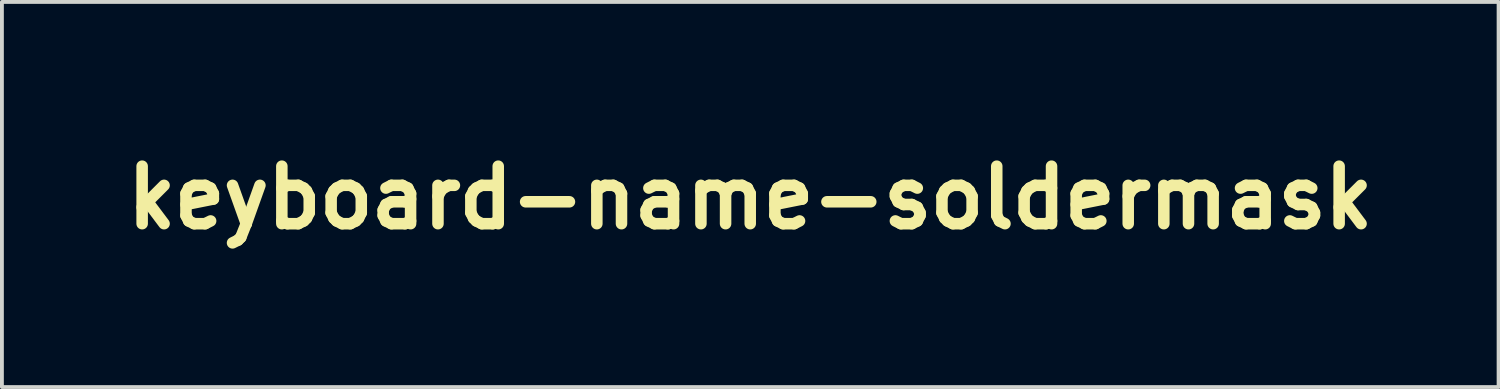
<source format=kicad_pcb>
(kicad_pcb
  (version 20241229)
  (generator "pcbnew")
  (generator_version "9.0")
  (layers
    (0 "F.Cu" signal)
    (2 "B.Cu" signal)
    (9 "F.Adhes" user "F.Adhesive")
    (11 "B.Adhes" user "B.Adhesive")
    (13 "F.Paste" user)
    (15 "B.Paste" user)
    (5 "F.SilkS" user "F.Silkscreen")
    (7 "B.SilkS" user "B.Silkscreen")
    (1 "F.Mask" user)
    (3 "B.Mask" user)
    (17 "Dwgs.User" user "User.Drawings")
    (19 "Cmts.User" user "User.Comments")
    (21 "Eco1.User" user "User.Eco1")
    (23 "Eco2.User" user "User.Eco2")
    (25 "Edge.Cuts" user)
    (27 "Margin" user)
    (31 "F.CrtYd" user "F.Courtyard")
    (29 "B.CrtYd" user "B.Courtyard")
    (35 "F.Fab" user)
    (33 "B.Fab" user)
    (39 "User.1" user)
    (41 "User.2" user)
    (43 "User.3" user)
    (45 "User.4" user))
  (footprint "keyboard-name-soldermask"
    (layer "F.Cu")
    (at 16.514 2.105)
    (property "Reference" "keyboard-name-soldermask" (at 0 0 0) (layer "F.SilkS") (effects (font (size 1.5 1.5) (thickness 0.3))))
    (attr board_only exclude_from_pos_files exclude_from_bom)
    (fp_poly (pts (xy 1.644 -1.51) (xy 1.872 -1.489) (xy 1.996 -1.445) (xy 2.038 -1.371) (xy 2.02 -1.26) (xy 1.981 -1.15) (xy 1.938 -1.097) (xy 1.84 -1.06) (xy 1.663 -1.036) (xy 1.38 -1.022) (xy 0.967 -1.017) (xy 0.676 -1.016) (xy -0.578 -1.016) (xy -0.516 -1.249) (xy -0.454 -1.482) (xy 0.789 -1.505) (xy 1.29 -1.513)) (stroke (width 0) (type solid)) (fill yes) (layer "F.Mask"))
    (fp_poly (pts (xy 13.8 -0.255) (xy 14.194 -0.244) (xy 14.508 -0.225) (xy 14.711 -0.198) (xy 14.772 -0.173) (xy 14.791 -0.037) (xy 14.768 0.123) (xy 14.714 0.339) (xy 13.02 0.339) (xy 11.326 0.339) (xy 11.377 0.148) (xy 11.418 -0.049) (xy 11.429 -0.148) (xy 11.509 -0.182) (xy 11.727 -0.21) (xy 12.052 -0.232) (xy 12.453 -0.247) (xy 12.898 -0.257) (xy 13.358 -0.259)) (stroke (width 0) (type solid)) (fill yes) (layer "F.Mask"))
    (fp_poly (pts (xy 1.134 -0.675) (xy 1.604 -0.659) (xy 1.928 -0.62) (xy 2.119 -0.548) (xy 2.187 -0.431) (xy 2.145 -0.26) (xy 2.006 -0.024) (xy 1.779 0.289) (xy 1.705 0.388) (xy 1.18 0.944) (xy 0.531 1.388) (xy 0.005 1.631) (xy -0.362 1.769) (xy -0.605 1.839) (xy -0.752 1.843) (xy -0.834 1.783) (xy -0.878 1.672) (xy -0.919 1.5) (xy -0.93 1.425) (xy -0.857 1.37) (xy -0.668 1.289) (xy -0.487 1.225) (xy 0.153 0.96) (xy 0.695 0.597) (xy 1.012 0.303) (xy 1.39 -0.085) (xy 0.145 -0.085) (xy -0.338 -0.086) (xy -0.678 -0.092) (xy -0.898 -0.106) (xy -1.025 -0.132) (xy -1.084 -0.172) (xy -1.1 -0.23) (xy -1.101 -0.247) (xy -1.097 -0.396) (xy -1.071 -0.507) (xy -0.999 -0.583) (xy -0.861 -0.633) (xy -0.632 -0.661) (xy -0.291 -0.674) (xy 0.184 -0.677) (xy 0.507 -0.677)) (stroke (width 0) (type solid)) (fill yes) (layer "F.Mask"))
    (fp_poly (pts (xy -6.323 -1.617) (xy -6.138 -1.431) (xy -6.435 -1.185) (xy -6.681 -0.997) (xy -6.985 -0.782) (xy -7.161 -0.667) (xy -7.591 -0.393) (xy -7.868 0.735) (xy -8.145 1.863) (xy -8.433 1.863) (xy -8.625 1.839) (xy -8.719 1.781) (xy -8.721 1.771) (xy -8.701 1.657) (xy -8.65 1.425) (xy -8.579 1.119) (xy -8.497 0.784) (xy -8.417 0.467) (xy -8.348 0.212) (xy -8.33 0.149) (xy -8.338 0.092) (xy -8.428 0.097) (xy -8.621 0.169) (xy -8.938 0.316) (xy -8.986 0.339) (xy -9.305 0.488) (xy -9.573 0.604) (xy -9.747 0.669) (xy -9.787 0.677) (xy -9.877 0.605) (xy -9.945 0.441) (xy -9.969 0.261) (xy -9.946 0.165) (xy -9.83 0.087) (xy -9.808 0.085) (xy -9.668 0.043) (xy -9.414 -0.07) (xy -9.076 -0.238) (xy -8.685 -0.445) (xy -8.272 -0.674) (xy -7.867 -0.909) (xy -7.5 -1.133) (xy -7.254 -1.294) (xy -6.508 -1.804)) (stroke (width 0) (type solid)) (fill yes) (layer "F.Mask"))
    (fp_poly (pts (xy 6.377 -1.617) (xy 6.562 -1.431) (xy 6.265 -1.185) (xy 6.019 -0.997) (xy 5.715 -0.782) (xy 5.539 -0.667) (xy 5.109 -0.393) (xy 4.832 0.735) (xy 4.555 1.863) (xy 4.267 1.863) (xy 4.075 1.839) (xy 3.981 1.781) (xy 3.979 1.771) (xy 3.999 1.657) (xy 4.05 1.425) (xy 4.121 1.119) (xy 4.203 0.784) (xy 4.283 0.467) (xy 4.352 0.212) (xy 4.37 0.149) (xy 4.362 0.092) (xy 4.272 0.097) (xy 4.079 0.169) (xy 3.762 0.316) (xy 3.714 0.339) (xy 3.395 0.488) (xy 3.127 0.604) (xy 2.953 0.669) (xy 2.913 0.677) (xy 2.823 0.605) (xy 2.755 0.441) (xy 2.731 0.261) (xy 2.754 0.165) (xy 2.87 0.087) (xy 2.892 0.085) (xy 3.032 0.043) (xy 3.286 -0.07) (xy 3.624 -0.238) (xy 4.015 -0.445) (xy 4.428 -0.674) (xy 4.833 -0.909) (xy 5.2 -1.133) (xy 5.446 -1.294) (xy 6.192 -1.804)) (stroke (width 0) (type solid)) (fill yes) (layer "F.Mask"))
    (fp_poly (pts (xy -1.493 -2.053) (xy -1.403 -1.984) (xy -1.288 -1.77) (xy -1.307 -1.533) (xy -1.435 -1.315) (xy -1.65 -1.157) (xy -1.91 -1.1) (xy -2.062 -1.08) (xy -2.183 -0.994) (xy -2.309 -0.808) (xy -2.397 -0.645) (xy -2.807 0.000098) (xy -3.333 0.612) (xy -3.935 1.153) (xy -4.575 1.589) (xy -5.017 1.807) (xy -5.334 1.939) (xy -5.461 1.694) (xy -5.588 1.448) (xy -4.974 1.126) (xy -4.587 0.888) (xy -4.175 0.577) (xy -3.776 0.228) (xy -3.431 -0.124) (xy -3.176 -0.445) (xy -3.1 -0.572) (xy -2.959 -0.847) (xy -4.199 -0.847) (xy -5.438 -0.847) (xy -5.387 -1.037) (xy -5.346 -1.213) (xy -5.335 -1.291) (xy -5.255 -1.312) (xy -5.032 -1.33) (xy -4.694 -1.343) (xy -4.269 -1.352) (xy -3.858 -1.355) (xy -3.326 -1.355) (xy -2.939 -1.359) (xy -2.673 -1.37) (xy -2.503 -1.389) (xy -2.405 -1.421) (xy -2.355 -1.469) (xy -2.328 -1.535) (xy -2.324 -1.545) (xy -2.297 -1.599) (xy -1.9 -1.599) (xy -1.897 -1.511) (xy -1.807 -1.475) (xy -1.753 -1.515) (xy -1.701 -1.624) (xy -1.715 -1.658) (xy -1.817 -1.675) (xy -1.9 -1.599) (xy -2.297 -1.599) (xy -2.179 -1.833) (xy -1.966 -2.025) (xy -1.725 -2.105)) (stroke (width 0) (type solid)) (fill yes) (layer "F.Mask"))
    (fp_poly (pts (xy -12.237 -1.832) (xy -12.062 -1.779) (xy -12.038 -1.771) (xy -11.862 -1.692) (xy -11.822 -1.605) (xy -11.858 -1.516) (xy -11.891 -1.432) (xy -11.858 -1.384) (xy -11.727 -1.361) (xy -11.47 -1.355) (xy -11.343 -1.355) (xy -11.018 -1.343) (xy -10.743 -1.311) (xy -10.578 -1.267) (xy -10.578 -1.267) (xy -10.49 -1.21) (xy -10.466 -1.135) (xy -10.51 -0.999) (xy -10.627 -0.758) (xy -10.637 -0.738) (xy -11.118 0.029) (xy -11.735 0.709) (xy -12.468 1.286) (xy -13.014 1.603) (xy -13.364 1.769) (xy -13.599 1.846) (xy -13.744 1.838) (xy -13.825 1.749) (xy -13.834 1.729) (xy -13.88 1.51) (xy -13.795 1.364) (xy -13.61 1.267) (xy -13.369 1.157) (xy -13.089 1.008) (xy -12.808 0.843) (xy -12.568 0.687) (xy -12.406 0.564) (xy -12.361 0.506) (xy -12.426 0.42) (xy -12.59 0.28) (xy -12.731 0.177) (xy -13.1 -0.077) (xy -13.438 0.171) (xy -13.775 0.419) (xy -13.962 0.221) (xy -14.148 0.022) (xy -13.723 -0.312) (xy -12.797 -0.312) (xy -12.728 -0.346) (xy -12.595 -0.401) (xy -12.461 -0.378) (xy -12.265 -0.264) (xy -12.22 -0.233) (xy -12.014 -0.099) (xy -11.866 -0.017) (xy -11.833 -0.005) (xy -11.752 -0.065) (xy -11.612 -0.224) (xy -11.509 -0.36) (xy -11.248 -0.72) (xy -11.82 -0.745) (xy -12.13 -0.754) (xy -12.328 -0.734) (xy -12.47 -0.67) (xy -12.611 -0.544) (xy -12.652 -0.503) (xy -12.787 -0.354) (xy -12.797 -0.312) (xy -13.723 -0.312) (xy -13.597 -0.41) (xy -13.323 -0.651) (xy -13.019 -0.957) (xy -12.725 -1.284) (xy -12.48 -1.589) (xy -12.321 -1.829) (xy -12.315 -1.842)) (stroke (width 0) (type solid)) (fill yes) (layer "F.Mask"))
    (fp_poly (pts (xy 8.929 -1.832) (xy 9.105 -1.779) (xy 9.129 -1.771) (xy 9.304 -1.692) (xy 9.344 -1.605) (xy 9.309 -1.516) (xy 9.276 -1.432) (xy 9.309 -1.384) (xy 9.439 -1.361) (xy 9.697 -1.355) (xy 9.824 -1.355) (xy 10.149 -1.343) (xy 10.424 -1.311) (xy 10.589 -1.267) (xy 10.589 -1.267) (xy 10.676 -1.21) (xy 10.7 -1.135) (xy 10.656 -0.999) (xy 10.54 -0.758) (xy 10.529 -0.738) (xy 10.049 0.029) (xy 9.432 0.709) (xy 8.699 1.286) (xy 8.152 1.603) (xy 7.802 1.769) (xy 7.568 1.846) (xy 7.423 1.838) (xy 7.341 1.749) (xy 7.333 1.729) (xy 7.287 1.51) (xy 7.372 1.364) (xy 7.556 1.267) (xy 7.797 1.157) (xy 8.078 1.008) (xy 8.358 0.843) (xy 8.599 0.687) (xy 8.76 0.564) (xy 8.805 0.506) (xy 8.741 0.42) (xy 8.576 0.28) (xy 8.436 0.177) (xy 8.066 -0.077) (xy 7.729 0.171) (xy 7.392 0.419) (xy 7.205 0.221) (xy 7.019 0.022) (xy 7.444 -0.312) (xy 8.37 -0.312) (xy 8.439 -0.346) (xy 8.571 -0.401) (xy 8.706 -0.378) (xy 8.901 -0.264) (xy 8.947 -0.233) (xy 9.153 -0.099) (xy 9.3 -0.017) (xy 9.334 -0.005) (xy 9.415 -0.065) (xy 9.555 -0.224) (xy 9.658 -0.36) (xy 9.919 -0.72) (xy 9.347 -0.745) (xy 9.036 -0.754) (xy 8.838 -0.734) (xy 8.697 -0.67) (xy 8.555 -0.544) (xy 8.515 -0.503) (xy 8.379 -0.354) (xy 8.37 -0.312) (xy 7.444 -0.312) (xy 7.569 -0.41) (xy 7.844 -0.651) (xy 8.147 -0.957) (xy 8.441 -1.284) (xy 8.687 -1.589) (xy 8.845 -1.829) (xy 8.852 -1.842)) (stroke (width 0) (type solid)) (fill yes) (layer "F.Mask")))
  (gr_rect
    (start -3 -3)
    (end 36.029 7.043)
    (stroke (width 0.1) (type default))
    (fill no)
    (layer "Edge.Cuts")))
</source>
